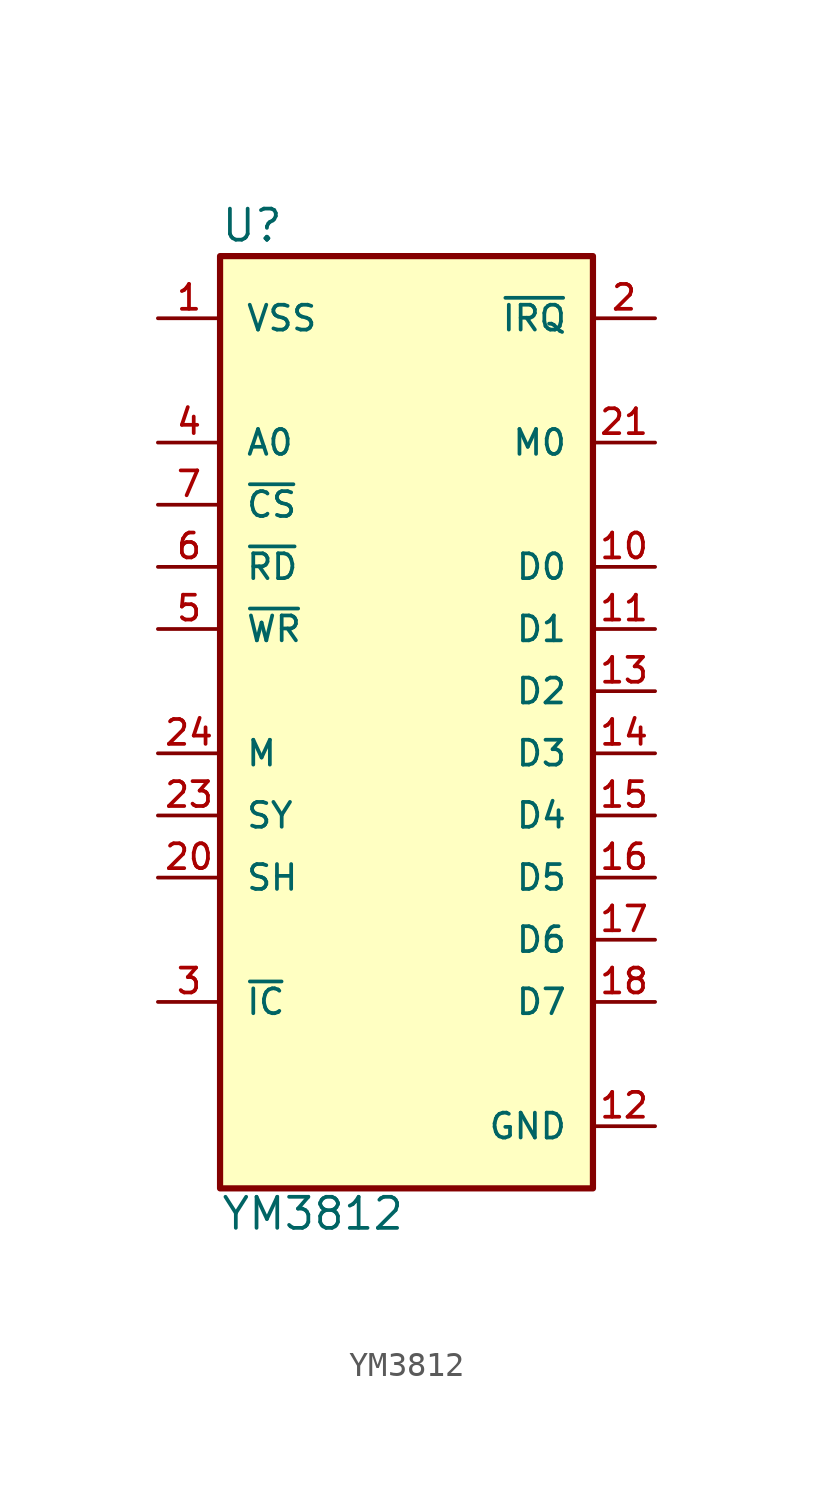
<source format=kicad_sym>
(kicad_symbol_lib
  (version 20211014)
  (generator kicad_symbol_editor)
  (symbol "YM3812"
    (pin_names
      (offset 1.016))
    (property "Reference" "U"
      (at -7.62 18.288 0)
      (effects (font (size 1.27 1.27)) (justify bottom left)))
    (property "Value" "YM3812"
      (at -7.62 -22.098 0)
      (effects (font (size 1.27 1.27)) (justify bottom left)))
    (symbol "YM3812_0_0"
      (rectangle (start -7.62 -20.32) (end 7.62 17.78) (stroke (width 0.254)) (fill (type background)))
      (pin power_in line (at -10.16 15.24 0) (length 2.54) (name "VSS" (effects (font (size 1.016 1.016)))) (number "1" (effects (font (size 1.016 1.016)))))
      (pin bidirectional line (at 10.16 15.24 180.0) (length 2.54) (name "~{IRQ}" (effects (font (size 1.016 1.016)))) (number "2" (effects (font (size 1.016 1.016)))))
      (pin bidirectional line (at -10.16 -12.7 0) (length 2.54) (name "~{IC}" (effects (font (size 1.016 1.016)))) (number "3" (effects (font (size 1.016 1.016)))))
      (pin bidirectional line (at -10.16 10.16 0) (length 2.54) (name "A0" (effects (font (size 1.016 1.016)))) (number "4" (effects (font (size 1.016 1.016)))))
      (pin bidirectional line (at -10.16 2.54 0) (length 2.54) (name "~{WR}" (effects (font (size 1.016 1.016)))) (number "5" (effects (font (size 1.016 1.016)))))
      (pin bidirectional line (at -10.16 5.08 0) (length 2.54) (name "~{RD}" (effects (font (size 1.016 1.016)))) (number "6" (effects (font (size 1.016 1.016)))))
      (pin bidirectional line (at -10.16 7.62 0) (length 2.54) (name "~{CS}" (effects (font (size 1.016 1.016)))) (number "7" (effects (font (size 1.016 1.016)))))
      (pin bidirectional line (at 10.16 5.08 180.0) (length 2.54) (name "D0" (effects (font (size 1.016 1.016)))) (number "10" (effects (font (size 1.016 1.016)))))
      (pin bidirectional line (at 10.16 2.54 180.0) (length 2.54) (name "D1" (effects (font (size 1.016 1.016)))) (number "11" (effects (font (size 1.016 1.016)))))
      (pin power_in line (at 10.16 -17.78 180.0) (length 2.54) (name "GND" (effects (font (size 1.016 1.016)))) (number "12" (effects (font (size 1.016 1.016)))))
      (pin bidirectional line (at 10.16 0.0 180.0) (length 2.54) (name "D2" (effects (font (size 1.016 1.016)))) (number "13" (effects (font (size 1.016 1.016)))))
      (pin bidirectional line (at 10.16 -2.54 180.0) (length 2.54) (name "D3" (effects (font (size 1.016 1.016)))) (number "14" (effects (font (size 1.016 1.016)))))
      (pin bidirectional line (at 10.16 -5.08 180.0) (length 2.54) (name "D4" (effects (font (size 1.016 1.016)))) (number "15" (effects (font (size 1.016 1.016)))))
      (pin bidirectional line (at 10.16 -7.62 180.0) (length 2.54) (name "D5" (effects (font (size 1.016 1.016)))) (number "16" (effects (font (size 1.016 1.016)))))
      (pin bidirectional line (at 10.16 -10.16 180.0) (length 2.54) (name "D6" (effects (font (size 1.016 1.016)))) (number "17" (effects (font (size 1.016 1.016)))))
      (pin bidirectional line (at 10.16 -12.7 180.0) (length 2.54) (name "D7" (effects (font (size 1.016 1.016)))) (number "18" (effects (font (size 1.016 1.016)))))
      (pin bidirectional line (at -10.16 -7.62 0) (length 2.54) (name "SH" (effects (font (size 1.016 1.016)))) (number "20" (effects (font (size 1.016 1.016)))))
      (pin bidirectional line (at 10.16 10.16 180.0) (length 2.54) (name "M0" (effects (font (size 1.016 1.016)))) (number "21" (effects (font (size 1.016 1.016)))))
      (pin bidirectional line (at -10.16 -5.08 0) (length 2.54) (name "SY" (effects (font (size 1.016 1.016)))) (number "23" (effects (font (size 1.016 1.016)))))
      (pin bidirectional line (at -10.16 -2.54 0) (length 2.54) (name "M" (effects (font (size 1.016 1.016)))) (number "24" (effects (font (size 1.016 1.016))))))))
</source>
